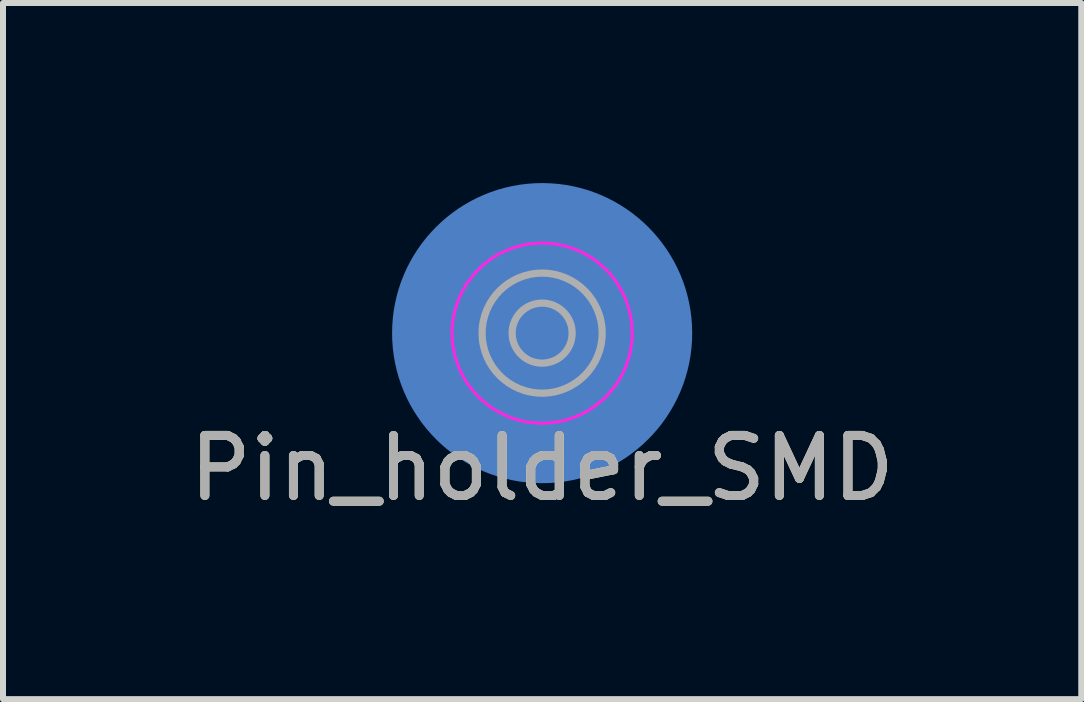
<source format=kicad_pcb>
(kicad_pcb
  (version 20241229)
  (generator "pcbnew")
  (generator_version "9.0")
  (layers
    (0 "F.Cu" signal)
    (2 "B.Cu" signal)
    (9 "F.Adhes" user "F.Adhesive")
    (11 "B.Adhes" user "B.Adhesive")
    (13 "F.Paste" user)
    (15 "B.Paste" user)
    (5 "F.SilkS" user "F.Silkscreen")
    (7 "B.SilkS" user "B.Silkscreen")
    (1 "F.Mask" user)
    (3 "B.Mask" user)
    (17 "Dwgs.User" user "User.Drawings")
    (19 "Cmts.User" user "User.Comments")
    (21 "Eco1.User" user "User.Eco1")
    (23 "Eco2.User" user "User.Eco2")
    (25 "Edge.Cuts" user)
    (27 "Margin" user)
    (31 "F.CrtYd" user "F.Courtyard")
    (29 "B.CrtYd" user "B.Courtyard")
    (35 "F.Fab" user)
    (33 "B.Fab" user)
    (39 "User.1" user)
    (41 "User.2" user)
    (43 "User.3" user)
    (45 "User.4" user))
  (footprint "Pin_holder_SMD"
    (layer "F.Cu")
    (at 5.982 2.5)
    (property "Reference" "Pin_holder_SMD" (at 0 2.25 0) (layer "F.SilkS") (effects (font (size 1 1) (thickness 0.15))))
    (attr through_hole)
    (fp_circle (center 0 0) (end 1.5 0) (stroke (width 0.05) (type solid)) (fill no) (layer "F.CrtYd"))
    (fp_circle (center 0 0) (end 0.5 0) (stroke (width 0.12) (type solid)) (fill no) (layer "F.Fab"))
    (fp_circle (center 0 0) (end 1 0) (stroke (width 0.12) (type solid)) (fill no) (layer "F.Fab"))
    (fp_text user "${REFERENCE}" (at 0 2.25 0) (layer "F.Fab") (effects (font (size 1 1) (thickness 0.15))))
    (pad "1" smd circle (at 0 0) (size 5 5) (layers "B.Cu" "B.Mask" "B.Paste")))
  (gr_rect
    (start -3 -3)
    (end 14.964 8.598)
    (stroke (width 0.1) (type default))
    (fill no)
    (layer "Edge.Cuts")))
</source>
